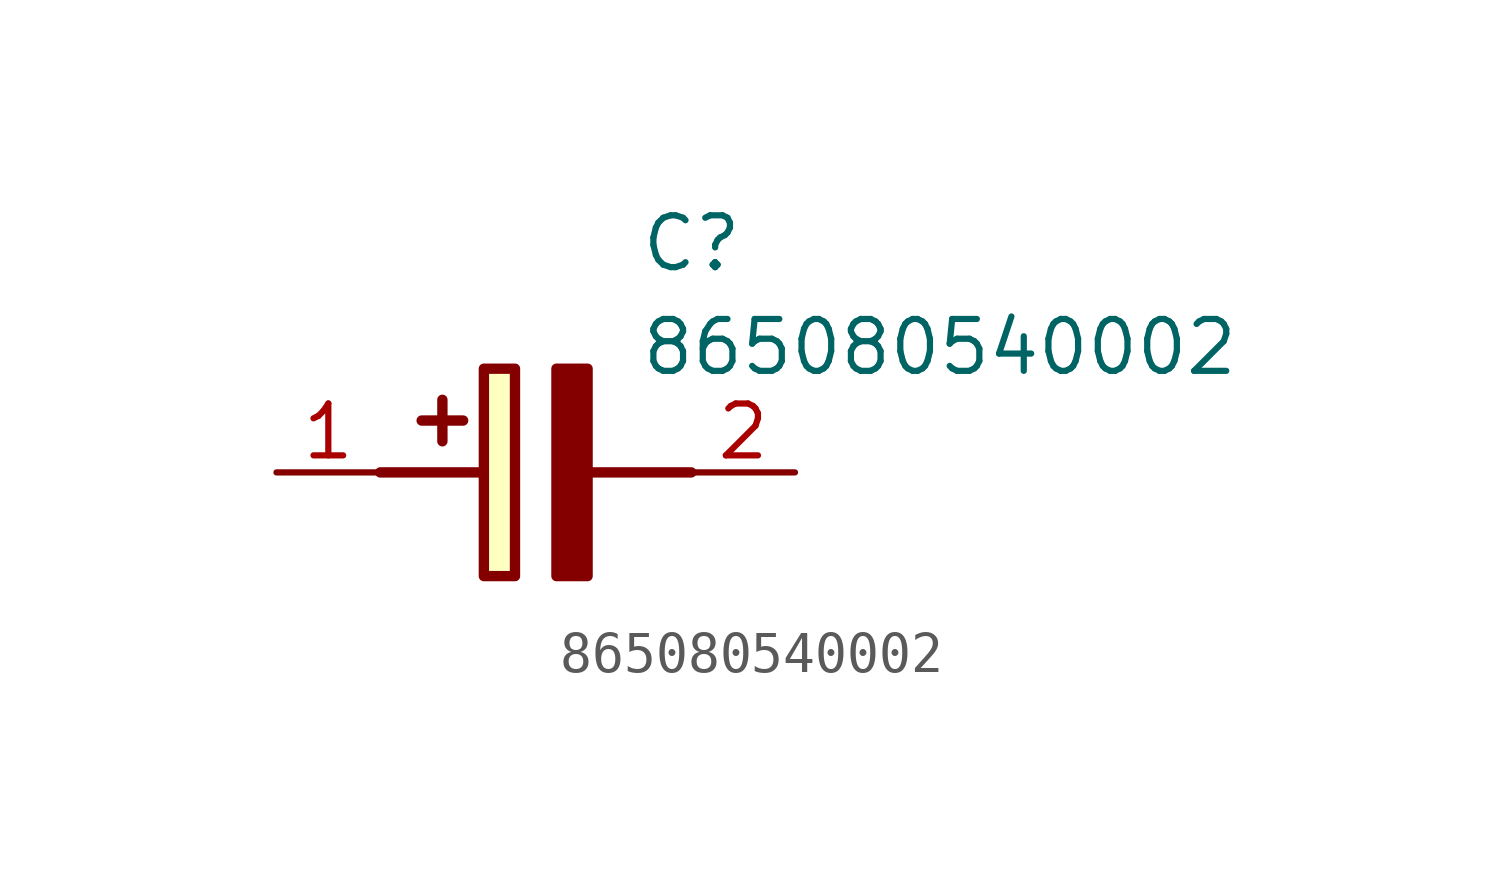
<source format=kicad_sym>
(kicad_symbol_lib
  (version 20211014)
  (generator SamacSys_ECAD_Model)
  (symbol "865080540002"
    (pin_names hide)
    (property "Reference" "C"
      (at 8.89 6.35 0)
      (effects (font (size 1.27 1.27)) (justify left top)))
    (property "Value" "865080540002"
      (at 8.89 3.81 0)
      (effects (font (size 1.27 1.27)) (justify left top)))
    (rectangle
      (start 5.08 2.54)
      (end 5.842 -2.54)
      (stroke (width 0.254) (type default))
      (fill (type background)))
    (polyline
      (pts (xy 4.572 1.27) (xy 3.556 1.27))
      (stroke (width 0.254) (type default))
      (fill (type none)))
    (polyline
      (pts (xy 4.064 1.778) (xy 4.064 0.762))
      (stroke (width 0.254) (type default))
      (fill (type none)))
    (polyline
      (pts (xy 2.54 0) (xy 5.08 0))
      (stroke (width 0.254) (type default))
      (fill (type none)))
    (polyline
      (pts (xy 7.62 0) (xy 10.16 0))
      (stroke (width 0.254) (type default))
      (fill (type none)))
    (polyline
      (pts (xy 7.62 2.54) (xy 7.62 -2.54) (xy 6.858 -2.54) (xy 6.858 2.54) (xy 7.62 2.54))
      (stroke (width 0.254) (type default))
      (fill (type outline)))
    (pin passive line
      (at 0 0 0)
      (length 2.54)
      (name "+" (effects (font (size 1.27 1.27))))
      (number "1" (effects (font (size 1.27 1.27)))))
    (pin passive line
      (at 12.7 0 180)
      (length 2.54)
      (name "-" (effects (font (size 1.27 1.27))))
      (number "2" (effects (font (size 1.27 1.27)))))))
</source>
